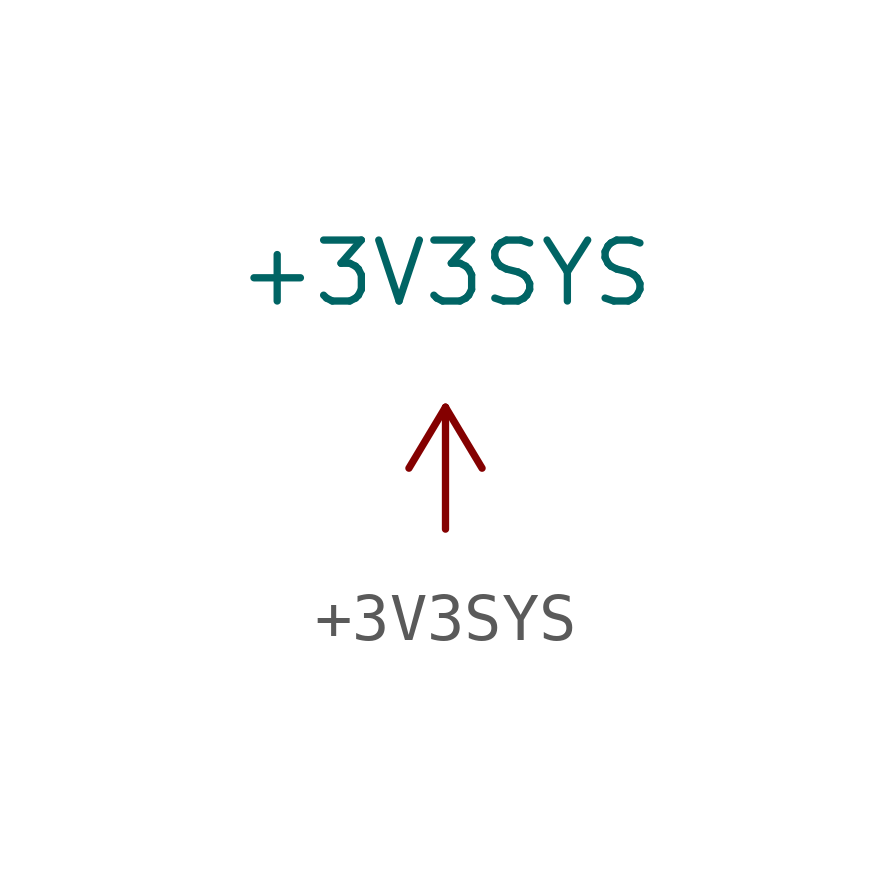
<source format=kicad_sym>
(kicad_symbol_lib
  (version 20220914)
  (generator kicad_symbol_editor)
  (symbol "+3V3SYS"
    (power)
    (pin_names
      (offset 0))
    (property "Reference" "#PWR3V3SYS"
      (at 0 -3.81 0)
      (effects (font (size 1.27 1.27)) hide))
    (property "Value" "+3V3SYS"
      (at 0 5.334 0)
      (effects (font (size 1.27 1.27))))
    (symbol "+3V3SYS_0_1"
      (polyline (pts (xy -0.762 1.27) (xy 0 2.54)) (stroke (width 0) (type default)) (fill (type none)))
      (polyline (pts (xy 0 0) (xy 0 2.54)) (stroke (width 0) (type default)) (fill (type none)))
      (polyline (pts (xy 0 2.54) (xy 0.762 1.27)) (stroke (width 0) (type default)) (fill (type none))))
    (symbol "+3V3SYS_1_1"
      (pin power_in line (at 0 0 90) (length 0) hide (name "+3V3_SYS" (effects (font (size 1.27 1.27)))) (number "1" (effects (font (size 1.27 1.27))))))))
</source>
